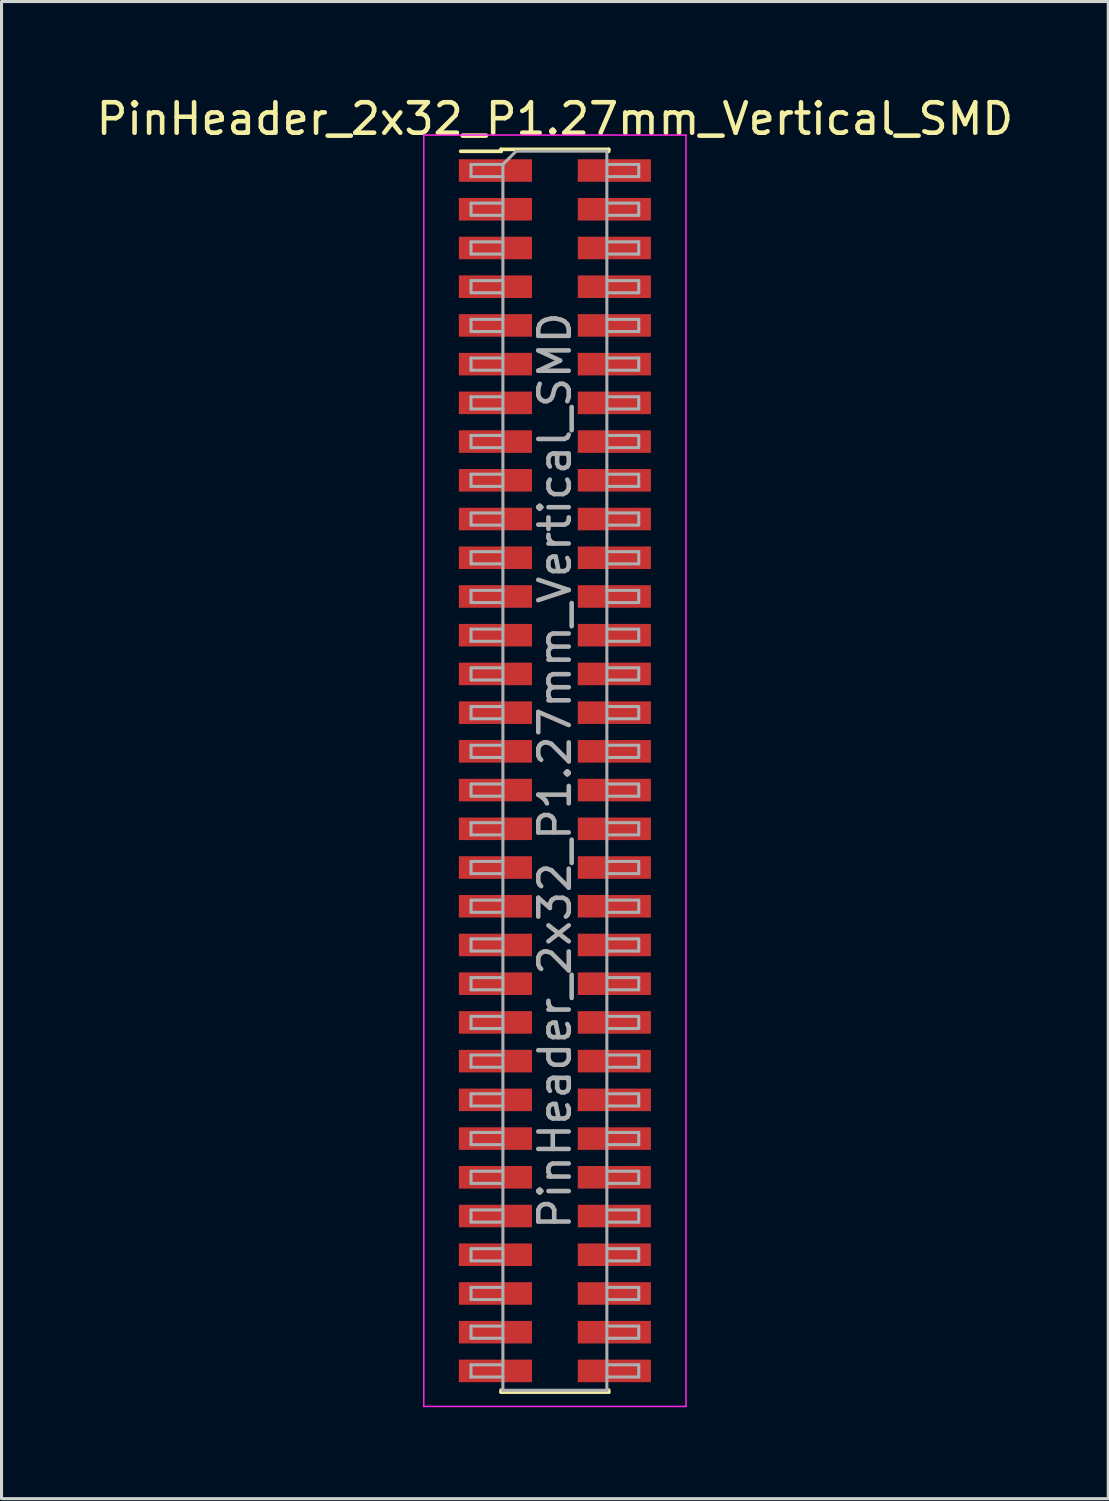
<source format=kicad_pcb>
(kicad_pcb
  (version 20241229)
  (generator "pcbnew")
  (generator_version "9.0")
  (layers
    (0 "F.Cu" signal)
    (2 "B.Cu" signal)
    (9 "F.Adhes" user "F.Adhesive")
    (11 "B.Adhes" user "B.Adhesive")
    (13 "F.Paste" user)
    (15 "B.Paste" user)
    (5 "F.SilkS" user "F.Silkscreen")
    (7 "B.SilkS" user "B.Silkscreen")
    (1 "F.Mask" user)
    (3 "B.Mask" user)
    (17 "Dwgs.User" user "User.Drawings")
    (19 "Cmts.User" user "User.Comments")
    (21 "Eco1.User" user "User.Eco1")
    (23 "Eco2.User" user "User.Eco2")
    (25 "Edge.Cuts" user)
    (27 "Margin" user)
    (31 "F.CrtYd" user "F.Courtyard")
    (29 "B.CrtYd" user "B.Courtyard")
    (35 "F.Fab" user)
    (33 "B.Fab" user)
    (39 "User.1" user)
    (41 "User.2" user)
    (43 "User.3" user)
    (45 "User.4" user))
  (footprint "PinHeader_2x32_P1.27mm_Vertical_SMD"
    (layer "F.Cu")
    (at 15.149 22.228)
    (property "Reference" "PinHeader_2x32_P1.27mm_Vertical_SMD" (at 0 -21.38 0) (layer "F.SilkS") (effects (font (size 1 1) (thickness 0.15))))
    (attr smd)
    (fp_line (start -3.09 -20.315) (end -1.765 -20.315) (stroke (width 0.12) (type solid)) (layer "F.SilkS"))
    (fp_line (start -1.765 -20.38) (end -1.765 -20.315) (stroke (width 0.12) (type solid)) (layer "F.SilkS"))
    (fp_line (start -1.765 -20.38) (end 1.765 -20.38) (stroke (width 0.12) (type solid)) (layer "F.SilkS"))
    (fp_line (start -1.765 20.315) (end -1.765 20.38) (stroke (width 0.12) (type solid)) (layer "F.SilkS"))
    (fp_line (start -1.765 20.38) (end 1.765 20.38) (stroke (width 0.12) (type solid)) (layer "F.SilkS"))
    (fp_line (start 1.765 -20.38) (end 1.765 -20.315) (stroke (width 0.12) (type solid)) (layer "F.SilkS"))
    (fp_line (start 1.765 20.315) (end 1.765 20.38) (stroke (width 0.12) (type solid)) (layer "F.SilkS"))
    (fp_line (start -4.3 -20.85) (end -4.3 20.85) (stroke (width 0.05) (type solid)) (layer "F.CrtYd"))
    (fp_line (start -4.3 20.85) (end 4.3 20.85) (stroke (width 0.05) (type solid)) (layer "F.CrtYd"))
    (fp_line (start 4.3 -20.85) (end -4.3 -20.85) (stroke (width 0.05) (type solid)) (layer "F.CrtYd"))
    (fp_line (start 4.3 20.85) (end 4.3 -20.85) (stroke (width 0.05) (type solid)) (layer "F.CrtYd"))
    (fp_line (start -2.75 -19.885) (end -2.75 -19.485) (stroke (width 0.1) (type solid)) (layer "F.Fab"))
    (fp_line (start -2.75 -19.485) (end -1.705 -19.485) (stroke (width 0.1) (type solid)) (layer "F.Fab"))
    (fp_line (start -2.75 -18.615) (end -2.75 -18.215) (stroke (width 0.1) (type solid)) (layer "F.Fab"))
    (fp_line (start -2.75 -18.215) (end -1.705 -18.215) (stroke (width 0.1) (type solid)) (layer "F.Fab"))
    (fp_line (start -2.75 -17.345) (end -2.75 -16.945) (stroke (width 0.1) (type solid)) (layer "F.Fab"))
    (fp_line (start -2.75 -16.945) (end -1.705 -16.945) (stroke (width 0.1) (type solid)) (layer "F.Fab"))
    (fp_line (start -2.75 -16.075) (end -2.75 -15.675) (stroke (width 0.1) (type solid)) (layer "F.Fab"))
    (fp_line (start -2.75 -15.675) (end -1.705 -15.675) (stroke (width 0.1) (type solid)) (layer "F.Fab"))
    (fp_line (start -2.75 -14.805) (end -2.75 -14.405) (stroke (width 0.1) (type solid)) (layer "F.Fab"))
    (fp_line (start -2.75 -14.405) (end -1.705 -14.405) (stroke (width 0.1) (type solid)) (layer "F.Fab"))
    (fp_line (start -2.75 -13.535) (end -2.75 -13.135) (stroke (width 0.1) (type solid)) (layer "F.Fab"))
    (fp_line (start -2.75 -13.135) (end -1.705 -13.135) (stroke (width 0.1) (type solid)) (layer "F.Fab"))
    (fp_line (start -2.75 -12.265) (end -2.75 -11.865) (stroke (width 0.1) (type solid)) (layer "F.Fab"))
    (fp_line (start -2.75 -11.865) (end -1.705 -11.865) (stroke (width 0.1) (type solid)) (layer "F.Fab"))
    (fp_line (start -2.75 -10.995) (end -2.75 -10.595) (stroke (width 0.1) (type solid)) (layer "F.Fab"))
    (fp_line (start -2.75 -10.595) (end -1.705 -10.595) (stroke (width 0.1) (type solid)) (layer "F.Fab"))
    (fp_line (start -2.75 -9.725) (end -2.75 -9.325) (stroke (width 0.1) (type solid)) (layer "F.Fab"))
    (fp_line (start -2.75 -9.325) (end -1.705 -9.325) (stroke (width 0.1) (type solid)) (layer "F.Fab"))
    (fp_line (start -2.75 -8.455) (end -2.75 -8.055) (stroke (width 0.1) (type solid)) (layer "F.Fab"))
    (fp_line (start -2.75 -8.055) (end -1.705 -8.055) (stroke (width 0.1) (type solid)) (layer "F.Fab"))
    (fp_line (start -2.75 -7.185) (end -2.75 -6.785) (stroke (width 0.1) (type solid)) (layer "F.Fab"))
    (fp_line (start -2.75 -6.785) (end -1.705 -6.785) (stroke (width 0.1) (type solid)) (layer "F.Fab"))
    (fp_line (start -2.75 -5.915) (end -2.75 -5.515) (stroke (width 0.1) (type solid)) (layer "F.Fab"))
    (fp_line (start -2.75 -5.515) (end -1.705 -5.515) (stroke (width 0.1) (type solid)) (layer "F.Fab"))
    (fp_line (start -2.75 -4.645) (end -2.75 -4.245) (stroke (width 0.1) (type solid)) (layer "F.Fab"))
    (fp_line (start -2.75 -4.245) (end -1.705 -4.245) (stroke (width 0.1) (type solid)) (layer "F.Fab"))
    (fp_line (start -2.75 -3.375) (end -2.75 -2.975) (stroke (width 0.1) (type solid)) (layer "F.Fab"))
    (fp_line (start -2.75 -2.975) (end -1.705 -2.975) (stroke (width 0.1) (type solid)) (layer "F.Fab"))
    (fp_line (start -2.75 -2.105) (end -2.75 -1.705) (stroke (width 0.1) (type solid)) (layer "F.Fab"))
    (fp_line (start -2.75 -1.705) (end -1.705 -1.705) (stroke (width 0.1) (type solid)) (layer "F.Fab"))
    (fp_line (start -2.75 -0.835) (end -2.75 -0.435) (stroke (width 0.1) (type solid)) (layer "F.Fab"))
    (fp_line (start -2.75 -0.435) (end -1.705 -0.435) (stroke (width 0.1) (type solid)) (layer "F.Fab"))
    (fp_line (start -2.75 0.435) (end -2.75 0.835) (stroke (width 0.1) (type solid)) (layer "F.Fab"))
    (fp_line (start -2.75 0.835) (end -1.705 0.835) (stroke (width 0.1) (type solid)) (layer "F.Fab"))
    (fp_line (start -2.75 1.705) (end -2.75 2.105) (stroke (width 0.1) (type solid)) (layer "F.Fab"))
    (fp_line (start -2.75 2.105) (end -1.705 2.105) (stroke (width 0.1) (type solid)) (layer "F.Fab"))
    (fp_line (start -2.75 2.975) (end -2.75 3.375) (stroke (width 0.1) (type solid)) (layer "F.Fab"))
    (fp_line (start -2.75 3.375) (end -1.705 3.375) (stroke (width 0.1) (type solid)) (layer "F.Fab"))
    (fp_line (start -2.75 4.245) (end -2.75 4.645) (stroke (width 0.1) (type solid)) (layer "F.Fab"))
    (fp_line (start -2.75 4.645) (end -1.705 4.645) (stroke (width 0.1) (type solid)) (layer "F.Fab"))
    (fp_line (start -2.75 5.515) (end -2.75 5.915) (stroke (width 0.1) (type solid)) (layer "F.Fab"))
    (fp_line (start -2.75 5.915) (end -1.705 5.915) (stroke (width 0.1) (type solid)) (layer "F.Fab"))
    (fp_line (start -2.75 6.785) (end -2.75 7.185) (stroke (width 0.1) (type solid)) (layer "F.Fab"))
    (fp_line (start -2.75 7.185) (end -1.705 7.185) (stroke (width 0.1) (type solid)) (layer "F.Fab"))
    (fp_line (start -2.75 8.055) (end -2.75 8.455) (stroke (width 0.1) (type solid)) (layer "F.Fab"))
    (fp_line (start -2.75 8.455) (end -1.705 8.455) (stroke (width 0.1) (type solid)) (layer "F.Fab"))
    (fp_line (start -2.75 9.325) (end -2.75 9.725) (stroke (width 0.1) (type solid)) (layer "F.Fab"))
    (fp_line (start -2.75 9.725) (end -1.705 9.725) (stroke (width 0.1) (type solid)) (layer "F.Fab"))
    (fp_line (start -2.75 10.595) (end -2.75 10.995) (stroke (width 0.1) (type solid)) (layer "F.Fab"))
    (fp_line (start -2.75 10.995) (end -1.705 10.995) (stroke (width 0.1) (type solid)) (layer "F.Fab"))
    (fp_line (start -2.75 11.865) (end -2.75 12.265) (stroke (width 0.1) (type solid)) (layer "F.Fab"))
    (fp_line (start -2.75 12.265) (end -1.705 12.265) (stroke (width 0.1) (type solid)) (layer "F.Fab"))
    (fp_line (start -2.75 13.135) (end -2.75 13.535) (stroke (width 0.1) (type solid)) (layer "F.Fab"))
    (fp_line (start -2.75 13.535) (end -1.705 13.535) (stroke (width 0.1) (type solid)) (layer "F.Fab"))
    (fp_line (start -2.75 14.405) (end -2.75 14.805) (stroke (width 0.1) (type solid)) (layer "F.Fab"))
    (fp_line (start -2.75 14.805) (end -1.705 14.805) (stroke (width 0.1) (type solid)) (layer "F.Fab"))
    (fp_line (start -2.75 15.675) (end -2.75 16.075) (stroke (width 0.1) (type solid)) (layer "F.Fab"))
    (fp_line (start -2.75 16.075) (end -1.705 16.075) (stroke (width 0.1) (type solid)) (layer "F.Fab"))
    (fp_line (start -2.75 16.945) (end -2.75 17.345) (stroke (width 0.1) (type solid)) (layer "F.Fab"))
    (fp_line (start -2.75 17.345) (end -1.705 17.345) (stroke (width 0.1) (type solid)) (layer "F.Fab"))
    (fp_line (start -2.75 18.215) (end -2.75 18.615) (stroke (width 0.1) (type solid)) (layer "F.Fab"))
    (fp_line (start -2.75 18.615) (end -1.705 18.615) (stroke (width 0.1) (type solid)) (layer "F.Fab"))
    (fp_line (start -2.75 19.485) (end -2.75 19.885) (stroke (width 0.1) (type solid)) (layer "F.Fab"))
    (fp_line (start -2.75 19.885) (end -1.705 19.885) (stroke (width 0.1) (type solid)) (layer "F.Fab"))
    (fp_line (start -1.705 -19.885) (end -2.75 -19.885) (stroke (width 0.1) (type solid)) (layer "F.Fab"))
    (fp_line (start -1.705 -19.885) (end -1.27 -20.32) (stroke (width 0.1) (type solid)) (layer "F.Fab"))
    (fp_line (start -1.705 -18.615) (end -2.75 -18.615) (stroke (width 0.1) (type solid)) (layer "F.Fab"))
    (fp_line (start -1.705 -17.345) (end -2.75 -17.345) (stroke (width 0.1) (type solid)) (layer "F.Fab"))
    (fp_line (start -1.705 -16.075) (end -2.75 -16.075) (stroke (width 0.1) (type solid)) (layer "F.Fab"))
    (fp_line (start -1.705 -14.805) (end -2.75 -14.805) (stroke (width 0.1) (type solid)) (layer "F.Fab"))
    (fp_line (start -1.705 -13.535) (end -2.75 -13.535) (stroke (width 0.1) (type solid)) (layer "F.Fab"))
    (fp_line (start -1.705 -12.265) (end -2.75 -12.265) (stroke (width 0.1) (type solid)) (layer "F.Fab"))
    (fp_line (start -1.705 -10.995) (end -2.75 -10.995) (stroke (width 0.1) (type solid)) (layer "F.Fab"))
    (fp_line (start -1.705 -9.725) (end -2.75 -9.725) (stroke (width 0.1) (type solid)) (layer "F.Fab"))
    (fp_line (start -1.705 -8.455) (end -2.75 -8.455) (stroke (width 0.1) (type solid)) (layer "F.Fab"))
    (fp_line (start -1.705 -7.185) (end -2.75 -7.185) (stroke (width 0.1) (type solid)) (layer "F.Fab"))
    (fp_line (start -1.705 -5.915) (end -2.75 -5.915) (stroke (width 0.1) (type solid)) (layer "F.Fab"))
    (fp_line (start -1.705 -4.645) (end -2.75 -4.645) (stroke (width 0.1) (type solid)) (layer "F.Fab"))
    (fp_line (start -1.705 -3.375) (end -2.75 -3.375) (stroke (width 0.1) (type solid)) (layer "F.Fab"))
    (fp_line (start -1.705 -2.105) (end -2.75 -2.105) (stroke (width 0.1) (type solid)) (layer "F.Fab"))
    (fp_line (start -1.705 -0.835) (end -2.75 -0.835) (stroke (width 0.1) (type solid)) (layer "F.Fab"))
    (fp_line (start -1.705 0.435) (end -2.75 0.435) (stroke (width 0.1) (type solid)) (layer "F.Fab"))
    (fp_line (start -1.705 1.705) (end -2.75 1.705) (stroke (width 0.1) (type solid)) (layer "F.Fab"))
    (fp_line (start -1.705 2.975) (end -2.75 2.975) (stroke (width 0.1) (type solid)) (layer "F.Fab"))
    (fp_line (start -1.705 4.245) (end -2.75 4.245) (stroke (width 0.1) (type solid)) (layer "F.Fab"))
    (fp_line (start -1.705 5.515) (end -2.75 5.515) (stroke (width 0.1) (type solid)) (layer "F.Fab"))
    (fp_line (start -1.705 6.785) (end -2.75 6.785) (stroke (width 0.1) (type solid)) (layer "F.Fab"))
    (fp_line (start -1.705 8.055) (end -2.75 8.055) (stroke (width 0.1) (type solid)) (layer "F.Fab"))
    (fp_line (start -1.705 9.325) (end -2.75 9.325) (stroke (width 0.1) (type solid)) (layer "F.Fab"))
    (fp_line (start -1.705 10.595) (end -2.75 10.595) (stroke (width 0.1) (type solid)) (layer "F.Fab"))
    (fp_line (start -1.705 11.865) (end -2.75 11.865) (stroke (width 0.1) (type solid)) (layer "F.Fab"))
    (fp_line (start -1.705 13.135) (end -2.75 13.135) (stroke (width 0.1) (type solid)) (layer "F.Fab"))
    (fp_line (start -1.705 14.405) (end -2.75 14.405) (stroke (width 0.1) (type solid)) (layer "F.Fab"))
    (fp_line (start -1.705 15.675) (end -2.75 15.675) (stroke (width 0.1) (type solid)) (layer "F.Fab"))
    (fp_line (start -1.705 16.945) (end -2.75 16.945) (stroke (width 0.1) (type solid)) (layer "F.Fab"))
    (fp_line (start -1.705 18.215) (end -2.75 18.215) (stroke (width 0.1) (type solid)) (layer "F.Fab"))
    (fp_line (start -1.705 19.485) (end -2.75 19.485) (stroke (width 0.1) (type solid)) (layer "F.Fab"))
    (fp_line (start -1.705 20.32) (end -1.705 -19.885) (stroke (width 0.1) (type solid)) (layer "F.Fab"))
    (fp_line (start -1.27 -20.32) (end 1.705 -20.32) (stroke (width 0.1) (type solid)) (layer "F.Fab"))
    (fp_line (start 1.705 -20.32) (end 1.705 20.32) (stroke (width 0.1) (type solid)) (layer "F.Fab"))
    (fp_line (start 1.705 -19.885) (end 2.75 -19.885) (stroke (width 0.1) (type solid)) (layer "F.Fab"))
    (fp_line (start 1.705 -18.615) (end 2.75 -18.615) (stroke (width 0.1) (type solid)) (layer "F.Fab"))
    (fp_line (start 1.705 -17.345) (end 2.75 -17.345) (stroke (width 0.1) (type solid)) (layer "F.Fab"))
    (fp_line (start 1.705 -16.075) (end 2.75 -16.075) (stroke (width 0.1) (type solid)) (layer "F.Fab"))
    (fp_line (start 1.705 -14.805) (end 2.75 -14.805) (stroke (width 0.1) (type solid)) (layer "F.Fab"))
    (fp_line (start 1.705 -13.535) (end 2.75 -13.535) (stroke (width 0.1) (type solid)) (layer "F.Fab"))
    (fp_line (start 1.705 -12.265) (end 2.75 -12.265) (stroke (width 0.1) (type solid)) (layer "F.Fab"))
    (fp_line (start 1.705 -10.995) (end 2.75 -10.995) (stroke (width 0.1) (type solid)) (layer "F.Fab"))
    (fp_line (start 1.705 -9.725) (end 2.75 -9.725) (stroke (width 0.1) (type solid)) (layer "F.Fab"))
    (fp_line (start 1.705 -8.455) (end 2.75 -8.455) (stroke (width 0.1) (type solid)) (layer "F.Fab"))
    (fp_line (start 1.705 -7.185) (end 2.75 -7.185) (stroke (width 0.1) (type solid)) (layer "F.Fab"))
    (fp_line (start 1.705 -5.915) (end 2.75 -5.915) (stroke (width 0.1) (type solid)) (layer "F.Fab"))
    (fp_line (start 1.705 -4.645) (end 2.75 -4.645) (stroke (width 0.1) (type solid)) (layer "F.Fab"))
    (fp_line (start 1.705 -3.375) (end 2.75 -3.375) (stroke (width 0.1) (type solid)) (layer "F.Fab"))
    (fp_line (start 1.705 -2.105) (end 2.75 -2.105) (stroke (width 0.1) (type solid)) (layer "F.Fab"))
    (fp_line (start 1.705 -0.835) (end 2.75 -0.835) (stroke (width 0.1) (type solid)) (layer "F.Fab"))
    (fp_line (start 1.705 0.435) (end 2.75 0.435) (stroke (width 0.1) (type solid)) (layer "F.Fab"))
    (fp_line (start 1.705 1.705) (end 2.75 1.705) (stroke (width 0.1) (type solid)) (layer "F.Fab"))
    (fp_line (start 1.705 2.975) (end 2.75 2.975) (stroke (width 0.1) (type solid)) (layer "F.Fab"))
    (fp_line (start 1.705 4.245) (end 2.75 4.245) (stroke (width 0.1) (type solid)) (layer "F.Fab"))
    (fp_line (start 1.705 5.515) (end 2.75 5.515) (stroke (width 0.1) (type solid)) (layer "F.Fab"))
    (fp_line (start 1.705 6.785) (end 2.75 6.785) (stroke (width 0.1) (type solid)) (layer "F.Fab"))
    (fp_line (start 1.705 8.055) (end 2.75 8.055) (stroke (width 0.1) (type solid)) (layer "F.Fab"))
    (fp_line (start 1.705 9.325) (end 2.75 9.325) (stroke (width 0.1) (type solid)) (layer "F.Fab"))
    (fp_line (start 1.705 10.595) (end 2.75 10.595) (stroke (width 0.1) (type solid)) (layer "F.Fab"))
    (fp_line (start 1.705 11.865) (end 2.75 11.865) (stroke (width 0.1) (type solid)) (layer "F.Fab"))
    (fp_line (start 1.705 13.135) (end 2.75 13.135) (stroke (width 0.1) (type solid)) (layer "F.Fab"))
    (fp_line (start 1.705 14.405) (end 2.75 14.405) (stroke (width 0.1) (type solid)) (layer "F.Fab"))
    (fp_line (start 1.705 15.675) (end 2.75 15.675) (stroke (width 0.1) (type solid)) (layer "F.Fab"))
    (fp_line (start 1.705 16.945) (end 2.75 16.945) (stroke (width 0.1) (type solid)) (layer "F.Fab"))
    (fp_line (start 1.705 18.215) (end 2.75 18.215) (stroke (width 0.1) (type solid)) (layer "F.Fab"))
    (fp_line (start 1.705 19.485) (end 2.75 19.485) (stroke (width 0.1) (type solid)) (layer "F.Fab"))
    (fp_line (start 1.705 20.32) (end -1.705 20.32) (stroke (width 0.1) (type solid)) (layer "F.Fab"))
    (fp_line (start 2.75 -19.885) (end 2.75 -19.485) (stroke (width 0.1) (type solid)) (layer "F.Fab"))
    (fp_line (start 2.75 -19.485) (end 1.705 -19.485) (stroke (width 0.1) (type solid)) (layer "F.Fab"))
    (fp_line (start 2.75 -18.615) (end 2.75 -18.215) (stroke (width 0.1) (type solid)) (layer "F.Fab"))
    (fp_line (start 2.75 -18.215) (end 1.705 -18.215) (stroke (width 0.1) (type solid)) (layer "F.Fab"))
    (fp_line (start 2.75 -17.345) (end 2.75 -16.945) (stroke (width 0.1) (type solid)) (layer "F.Fab"))
    (fp_line (start 2.75 -16.945) (end 1.705 -16.945) (stroke (width 0.1) (type solid)) (layer "F.Fab"))
    (fp_line (start 2.75 -16.075) (end 2.75 -15.675) (stroke (width 0.1) (type solid)) (layer "F.Fab"))
    (fp_line (start 2.75 -15.675) (end 1.705 -15.675) (stroke (width 0.1) (type solid)) (layer "F.Fab"))
    (fp_line (start 2.75 -14.805) (end 2.75 -14.405) (stroke (width 0.1) (type solid)) (layer "F.Fab"))
    (fp_line (start 2.75 -14.405) (end 1.705 -14.405) (stroke (width 0.1) (type solid)) (layer "F.Fab"))
    (fp_line (start 2.75 -13.535) (end 2.75 -13.135) (stroke (width 0.1) (type solid)) (layer "F.Fab"))
    (fp_line (start 2.75 -13.135) (end 1.705 -13.135) (stroke (width 0.1) (type solid)) (layer "F.Fab"))
    (fp_line (start 2.75 -12.265) (end 2.75 -11.865) (stroke (width 0.1) (type solid)) (layer "F.Fab"))
    (fp_line (start 2.75 -11.865) (end 1.705 -11.865) (stroke (width 0.1) (type solid)) (layer "F.Fab"))
    (fp_line (start 2.75 -10.995) (end 2.75 -10.595) (stroke (width 0.1) (type solid)) (layer "F.Fab"))
    (fp_line (start 2.75 -10.595) (end 1.705 -10.595) (stroke (width 0.1) (type solid)) (layer "F.Fab"))
    (fp_line (start 2.75 -9.725) (end 2.75 -9.325) (stroke (width 0.1) (type solid)) (layer "F.Fab"))
    (fp_line (start 2.75 -9.325) (end 1.705 -9.325) (stroke (width 0.1) (type solid)) (layer "F.Fab"))
    (fp_line (start 2.75 -8.455) (end 2.75 -8.055) (stroke (width 0.1) (type solid)) (layer "F.Fab"))
    (fp_line (start 2.75 -8.055) (end 1.705 -8.055) (stroke (width 0.1) (type solid)) (layer "F.Fab"))
    (fp_line (start 2.75 -7.185) (end 2.75 -6.785) (stroke (width 0.1) (type solid)) (layer "F.Fab"))
    (fp_line (start 2.75 -6.785) (end 1.705 -6.785) (stroke (width 0.1) (type solid)) (layer "F.Fab"))
    (fp_line (start 2.75 -5.915) (end 2.75 -5.515) (stroke (width 0.1) (type solid)) (layer "F.Fab"))
    (fp_line (start 2.75 -5.515) (end 1.705 -5.515) (stroke (width 0.1) (type solid)) (layer "F.Fab"))
    (fp_line (start 2.75 -4.645) (end 2.75 -4.245) (stroke (width 0.1) (type solid)) (layer "F.Fab"))
    (fp_line (start 2.75 -4.245) (end 1.705 -4.245) (stroke (width 0.1) (type solid)) (layer "F.Fab"))
    (fp_line (start 2.75 -3.375) (end 2.75 -2.975) (stroke (width 0.1) (type solid)) (layer "F.Fab"))
    (fp_line (start 2.75 -2.975) (end 1.705 -2.975) (stroke (width 0.1) (type solid)) (layer "F.Fab"))
    (fp_line (start 2.75 -2.105) (end 2.75 -1.705) (stroke (width 0.1) (type solid)) (layer "F.Fab"))
    (fp_line (start 2.75 -1.705) (end 1.705 -1.705) (stroke (width 0.1) (type solid)) (layer "F.Fab"))
    (fp_line (start 2.75 -0.835) (end 2.75 -0.435) (stroke (width 0.1) (type solid)) (layer "F.Fab"))
    (fp_line (start 2.75 -0.435) (end 1.705 -0.435) (stroke (width 0.1) (type solid)) (layer "F.Fab"))
    (fp_line (start 2.75 0.435) (end 2.75 0.835) (stroke (width 0.1) (type solid)) (layer "F.Fab"))
    (fp_line (start 2.75 0.835) (end 1.705 0.835) (stroke (width 0.1) (type solid)) (layer "F.Fab"))
    (fp_line (start 2.75 1.705) (end 2.75 2.105) (stroke (width 0.1) (type solid)) (layer "F.Fab"))
    (fp_line (start 2.75 2.105) (end 1.705 2.105) (stroke (width 0.1) (type solid)) (layer "F.Fab"))
    (fp_line (start 2.75 2.975) (end 2.75 3.375) (stroke (width 0.1) (type solid)) (layer "F.Fab"))
    (fp_line (start 2.75 3.375) (end 1.705 3.375) (stroke (width 0.1) (type solid)) (layer "F.Fab"))
    (fp_line (start 2.75 4.245) (end 2.75 4.645) (stroke (width 0.1) (type solid)) (layer "F.Fab"))
    (fp_line (start 2.75 4.645) (end 1.705 4.645) (stroke (width 0.1) (type solid)) (layer "F.Fab"))
    (fp_line (start 2.75 5.515) (end 2.75 5.915) (stroke (width 0.1) (type solid)) (layer "F.Fab"))
    (fp_line (start 2.75 5.915) (end 1.705 5.915) (stroke (width 0.1) (type solid)) (layer "F.Fab"))
    (fp_line (start 2.75 6.785) (end 2.75 7.185) (stroke (width 0.1) (type solid)) (layer "F.Fab"))
    (fp_line (start 2.75 7.185) (end 1.705 7.185) (stroke (width 0.1) (type solid)) (layer "F.Fab"))
    (fp_line (start 2.75 8.055) (end 2.75 8.455) (stroke (width 0.1) (type solid)) (layer "F.Fab"))
    (fp_line (start 2.75 8.455) (end 1.705 8.455) (stroke (width 0.1) (type solid)) (layer "F.Fab"))
    (fp_line (start 2.75 9.325) (end 2.75 9.725) (stroke (width 0.1) (type solid)) (layer "F.Fab"))
    (fp_line (start 2.75 9.725) (end 1.705 9.725) (stroke (width 0.1) (type solid)) (layer "F.Fab"))
    (fp_line (start 2.75 10.595) (end 2.75 10.995) (stroke (width 0.1) (type solid)) (layer "F.Fab"))
    (fp_line (start 2.75 10.995) (end 1.705 10.995) (stroke (width 0.1) (type solid)) (layer "F.Fab"))
    (fp_line (start 2.75 11.865) (end 2.75 12.265) (stroke (width 0.1) (type solid)) (layer "F.Fab"))
    (fp_line (start 2.75 12.265) (end 1.705 12.265) (stroke (width 0.1) (type solid)) (layer "F.Fab"))
    (fp_line (start 2.75 13.135) (end 2.75 13.535) (stroke (width 0.1) (type solid)) (layer "F.Fab"))
    (fp_line (start 2.75 13.535) (end 1.705 13.535) (stroke (width 0.1) (type solid)) (layer "F.Fab"))
    (fp_line (start 2.75 14.405) (end 2.75 14.805) (stroke (width 0.1) (type solid)) (layer "F.Fab"))
    (fp_line (start 2.75 14.805) (end 1.705 14.805) (stroke (width 0.1) (type solid)) (layer "F.Fab"))
    (fp_line (start 2.75 15.675) (end 2.75 16.075) (stroke (width 0.1) (type solid)) (layer "F.Fab"))
    (fp_line (start 2.75 16.075) (end 1.705 16.075) (stroke (width 0.1) (type solid)) (layer "F.Fab"))
    (fp_line (start 2.75 16.945) (end 2.75 17.345) (stroke (width 0.1) (type solid)) (layer "F.Fab"))
    (fp_line (start 2.75 17.345) (end 1.705 17.345) (stroke (width 0.1) (type solid)) (layer "F.Fab"))
    (fp_line (start 2.75 18.215) (end 2.75 18.615) (stroke (width 0.1) (type solid)) (layer "F.Fab"))
    (fp_line (start 2.75 18.615) (end 1.705 18.615) (stroke (width 0.1) (type solid)) (layer "F.Fab"))
    (fp_line (start 2.75 19.485) (end 2.75 19.885) (stroke (width 0.1) (type solid)) (layer "F.Fab"))
    (fp_line (start 2.75 19.885) (end 1.705 19.885) (stroke (width 0.1) (type solid)) (layer "F.Fab"))
    (fp_text user "${REFERENCE}" (at 0 0 90) (layer "F.Fab") (effects (font (size 1 1) (thickness 0.15))))
    (pad "1" smd rect (at -1.95 -19.685) (size 2.4 0.74) (layers "F.Cu" "F.Mask" "F.Paste"))
    (pad "2" smd rect (at 1.95 -19.685) (size 2.4 0.74) (layers "F.Cu" "F.Mask" "F.Paste"))
    (pad "3" smd rect (at -1.95 -18.415) (size 2.4 0.74) (layers "F.Cu" "F.Mask" "F.Paste"))
    (pad "4" smd rect (at 1.95 -18.415) (size 2.4 0.74) (layers "F.Cu" "F.Mask" "F.Paste"))
    (pad "5" smd rect (at -1.95 -17.145) (size 2.4 0.74) (layers "F.Cu" "F.Mask" "F.Paste"))
    (pad "6" smd rect (at 1.95 -17.145) (size 2.4 0.74) (layers "F.Cu" "F.Mask" "F.Paste"))
    (pad "7" smd rect (at -1.95 -15.875) (size 2.4 0.74) (layers "F.Cu" "F.Mask" "F.Paste"))
    (pad "8" smd rect (at 1.95 -15.875) (size 2.4 0.74) (layers "F.Cu" "F.Mask" "F.Paste"))
    (pad "9" smd rect (at -1.95 -14.605) (size 2.4 0.74) (layers "F.Cu" "F.Mask" "F.Paste"))
    (pad "10" smd rect (at 1.95 -14.605) (size 2.4 0.74) (layers "F.Cu" "F.Mask" "F.Paste"))
    (pad "11" smd rect (at -1.95 -13.335) (size 2.4 0.74) (layers "F.Cu" "F.Mask" "F.Paste"))
    (pad "12" smd rect (at 1.95 -13.335) (size 2.4 0.74) (layers "F.Cu" "F.Mask" "F.Paste"))
    (pad "13" smd rect (at -1.95 -12.065) (size 2.4 0.74) (layers "F.Cu" "F.Mask" "F.Paste"))
    (pad "14" smd rect (at 1.95 -12.065) (size 2.4 0.74) (layers "F.Cu" "F.Mask" "F.Paste"))
    (pad "15" smd rect (at -1.95 -10.795) (size 2.4 0.74) (layers "F.Cu" "F.Mask" "F.Paste"))
    (pad "16" smd rect (at 1.95 -10.795) (size 2.4 0.74) (layers "F.Cu" "F.Mask" "F.Paste"))
    (pad "17" smd rect (at -1.95 -9.525) (size 2.4 0.74) (layers "F.Cu" "F.Mask" "F.Paste"))
    (pad "18" smd rect (at 1.95 -9.525) (size 2.4 0.74) (layers "F.Cu" "F.Mask" "F.Paste"))
    (pad "19" smd rect (at -1.95 -8.255) (size 2.4 0.74) (layers "F.Cu" "F.Mask" "F.Paste"))
    (pad "20" smd rect (at 1.95 -8.255) (size 2.4 0.74) (layers "F.Cu" "F.Mask" "F.Paste"))
    (pad "21" smd rect (at -1.95 -6.985) (size 2.4 0.74) (layers "F.Cu" "F.Mask" "F.Paste"))
    (pad "22" smd rect (at 1.95 -6.985) (size 2.4 0.74) (layers "F.Cu" "F.Mask" "F.Paste"))
    (pad "23" smd rect (at -1.95 -5.715) (size 2.4 0.74) (layers "F.Cu" "F.Mask" "F.Paste"))
    (pad "24" smd rect (at 1.95 -5.715) (size 2.4 0.74) (layers "F.Cu" "F.Mask" "F.Paste"))
    (pad "25" smd rect (at -1.95 -4.445) (size 2.4 0.74) (layers "F.Cu" "F.Mask" "F.Paste"))
    (pad "26" smd rect (at 1.95 -4.445) (size 2.4 0.74) (layers "F.Cu" "F.Mask" "F.Paste"))
    (pad "27" smd rect (at -1.95 -3.175) (size 2.4 0.74) (layers "F.Cu" "F.Mask" "F.Paste"))
    (pad "28" smd rect (at 1.95 -3.175) (size 2.4 0.74) (layers "F.Cu" "F.Mask" "F.Paste"))
    (pad "29" smd rect (at -1.95 -1.905) (size 2.4 0.74) (layers "F.Cu" "F.Mask" "F.Paste"))
    (pad "30" smd rect (at 1.95 -1.905) (size 2.4 0.74) (layers "F.Cu" "F.Mask" "F.Paste"))
    (pad "31" smd rect (at -1.95 -0.635) (size 2.4 0.74) (layers "F.Cu" "F.Mask" "F.Paste"))
    (pad "32" smd rect (at 1.95 -0.635) (size 2.4 0.74) (layers "F.Cu" "F.Mask" "F.Paste"))
    (pad "33" smd rect (at -1.95 0.635) (size 2.4 0.74) (layers "F.Cu" "F.Mask" "F.Paste"))
    (pad "34" smd rect (at 1.95 0.635) (size 2.4 0.74) (layers "F.Cu" "F.Mask" "F.Paste"))
    (pad "35" smd rect (at -1.95 1.905) (size 2.4 0.74) (layers "F.Cu" "F.Mask" "F.Paste"))
    (pad "36" smd rect (at 1.95 1.905) (size 2.4 0.74) (layers "F.Cu" "F.Mask" "F.Paste"))
    (pad "37" smd rect (at -1.95 3.175) (size 2.4 0.74) (layers "F.Cu" "F.Mask" "F.Paste"))
    (pad "38" smd rect (at 1.95 3.175) (size 2.4 0.74) (layers "F.Cu" "F.Mask" "F.Paste"))
    (pad "39" smd rect (at -1.95 4.445) (size 2.4 0.74) (layers "F.Cu" "F.Mask" "F.Paste"))
    (pad "40" smd rect (at 1.95 4.445) (size 2.4 0.74) (layers "F.Cu" "F.Mask" "F.Paste"))
    (pad "41" smd rect (at -1.95 5.715) (size 2.4 0.74) (layers "F.Cu" "F.Mask" "F.Paste"))
    (pad "42" smd rect (at 1.95 5.715) (size 2.4 0.74) (layers "F.Cu" "F.Mask" "F.Paste"))
    (pad "43" smd rect (at -1.95 6.985) (size 2.4 0.74) (layers "F.Cu" "F.Mask" "F.Paste"))
    (pad "44" smd rect (at 1.95 6.985) (size 2.4 0.74) (layers "F.Cu" "F.Mask" "F.Paste"))
    (pad "45" smd rect (at -1.95 8.255) (size 2.4 0.74) (layers "F.Cu" "F.Mask" "F.Paste"))
    (pad "46" smd rect (at 1.95 8.255) (size 2.4 0.74) (layers "F.Cu" "F.Mask" "F.Paste"))
    (pad "47" smd rect (at -1.95 9.525) (size 2.4 0.74) (layers "F.Cu" "F.Mask" "F.Paste"))
    (pad "48" smd rect (at 1.95 9.525) (size 2.4 0.74) (layers "F.Cu" "F.Mask" "F.Paste"))
    (pad "49" smd rect (at -1.95 10.795) (size 2.4 0.74) (layers "F.Cu" "F.Mask" "F.Paste"))
    (pad "50" smd rect (at 1.95 10.795) (size 2.4 0.74) (layers "F.Cu" "F.Mask" "F.Paste"))
    (pad "51" smd rect (at -1.95 12.065) (size 2.4 0.74) (layers "F.Cu" "F.Mask" "F.Paste"))
    (pad "52" smd rect (at 1.95 12.065) (size 2.4 0.74) (layers "F.Cu" "F.Mask" "F.Paste"))
    (pad "53" smd rect (at -1.95 13.335) (size 2.4 0.74) (layers "F.Cu" "F.Mask" "F.Paste"))
    (pad "54" smd rect (at 1.95 13.335) (size 2.4 0.74) (layers "F.Cu" "F.Mask" "F.Paste"))
    (pad "55" smd rect (at -1.95 14.605) (size 2.4 0.74) (layers "F.Cu" "F.Mask" "F.Paste"))
    (pad "56" smd rect (at 1.95 14.605) (size 2.4 0.74) (layers "F.Cu" "F.Mask" "F.Paste"))
    (pad "57" smd rect (at -1.95 15.875) (size 2.4 0.74) (layers "F.Cu" "F.Mask" "F.Paste"))
    (pad "58" smd rect (at 1.95 15.875) (size 2.4 0.74) (layers "F.Cu" "F.Mask" "F.Paste"))
    (pad "59" smd rect (at -1.95 17.145) (size 2.4 0.74) (layers "F.Cu" "F.Mask" "F.Paste"))
    (pad "60" smd rect (at 1.95 17.145) (size 2.4 0.74) (layers "F.Cu" "F.Mask" "F.Paste"))
    (pad "61" smd rect (at -1.95 18.415) (size 2.4 0.74) (layers "F.Cu" "F.Mask" "F.Paste"))
    (pad "62" smd rect (at 1.95 18.415) (size 2.4 0.74) (layers "F.Cu" "F.Mask" "F.Paste"))
    (pad "63" smd rect (at -1.95 19.685) (size 2.4 0.74) (layers "F.Cu" "F.Mask" "F.Paste"))
    (pad "64" smd rect (at 1.95 19.685) (size 2.4 0.74) (layers "F.Cu" "F.Mask" "F.Paste")))
  (gr_rect
    (start -3 -3)
    (end 33.298 46.103)
    (stroke (width 0.1) (type default))
    (fill no)
    (layer "Edge.Cuts")))
</source>
